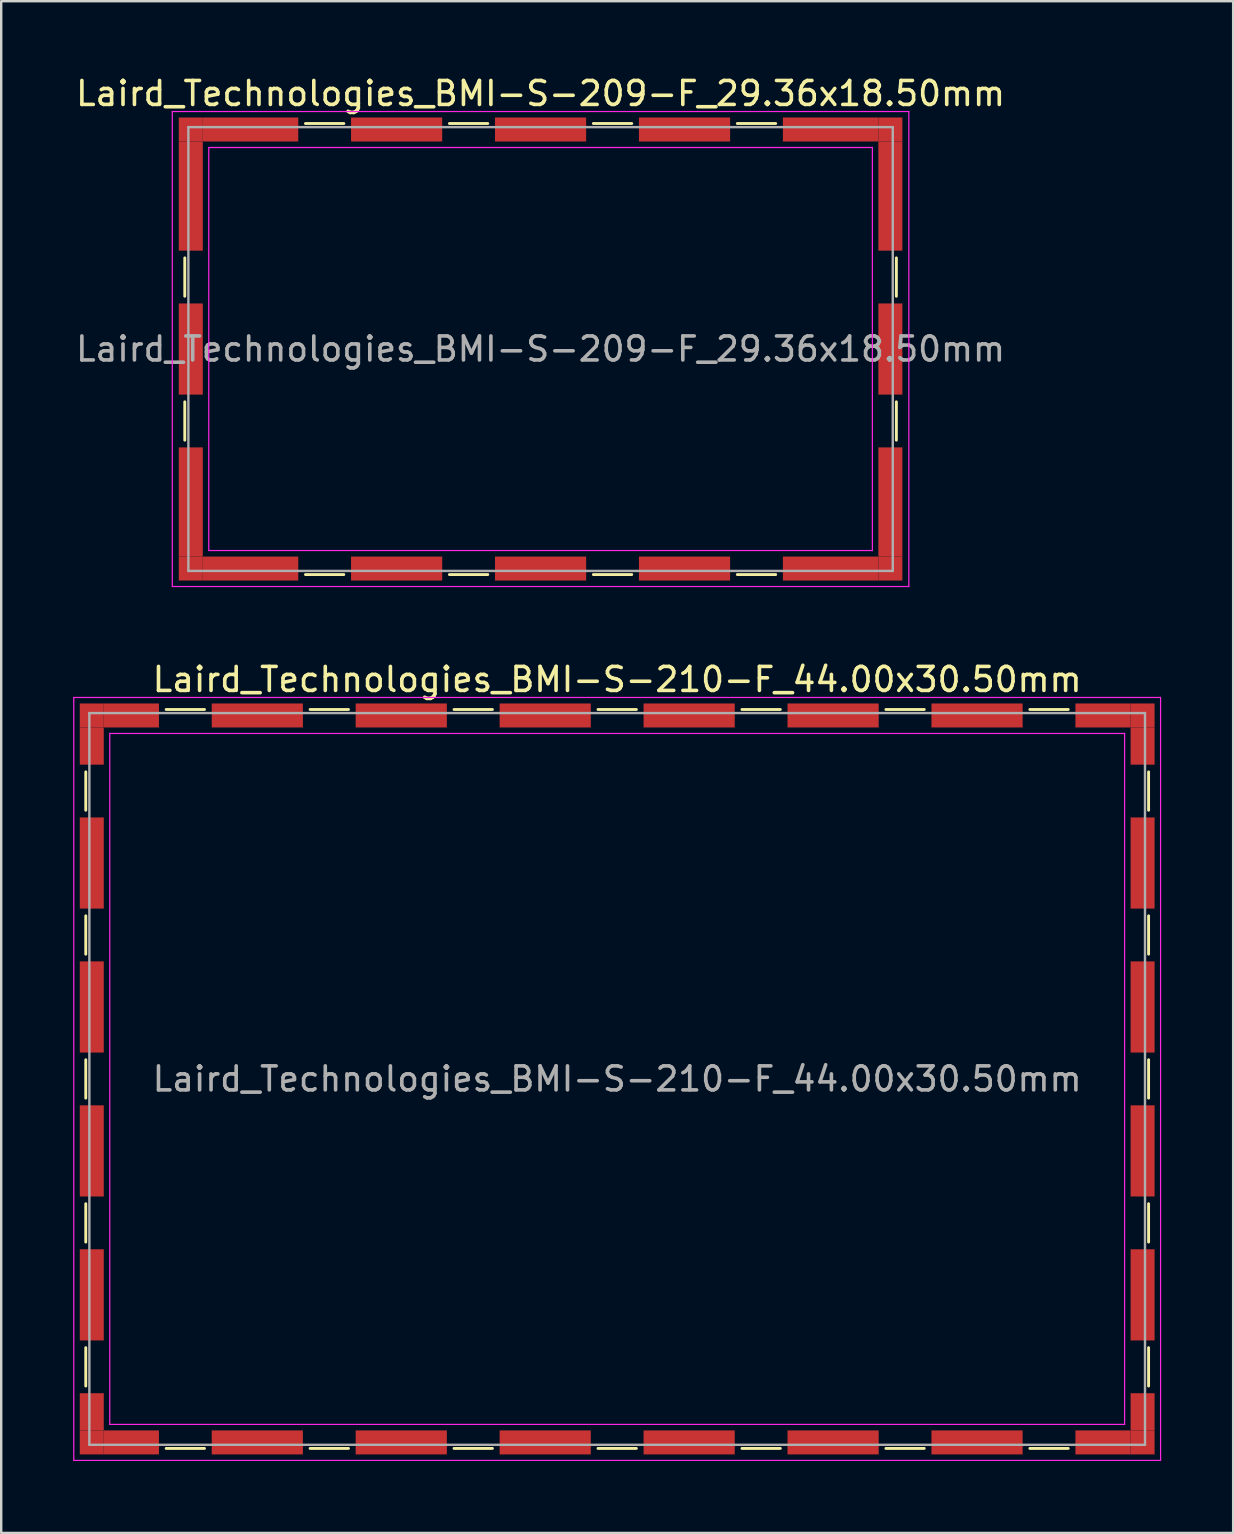
<source format=kicad_pcb>
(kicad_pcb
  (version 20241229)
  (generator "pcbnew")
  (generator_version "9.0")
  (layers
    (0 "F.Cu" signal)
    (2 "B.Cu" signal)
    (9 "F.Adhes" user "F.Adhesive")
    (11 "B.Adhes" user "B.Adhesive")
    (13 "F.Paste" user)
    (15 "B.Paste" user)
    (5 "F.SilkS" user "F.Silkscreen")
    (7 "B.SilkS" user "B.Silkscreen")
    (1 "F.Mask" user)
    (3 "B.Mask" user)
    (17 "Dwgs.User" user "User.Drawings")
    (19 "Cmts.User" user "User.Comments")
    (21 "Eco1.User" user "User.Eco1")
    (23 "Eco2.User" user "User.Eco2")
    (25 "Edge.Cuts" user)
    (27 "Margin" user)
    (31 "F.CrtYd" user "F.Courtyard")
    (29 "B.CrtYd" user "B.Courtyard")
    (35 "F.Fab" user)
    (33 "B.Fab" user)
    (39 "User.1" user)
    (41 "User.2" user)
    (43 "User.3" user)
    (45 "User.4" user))
  (footprint "Laird_Technologies_BMI-S-209-F_29.36x18.50mm"
    (layer "F.Cu")
    (at 19.482 11.498)
    (property "Reference" "Laird_Technologies_BMI-S-209-F_29.36x18.50mm" (at 0 -10.65 0) (layer "F.SilkS") (effects (font (size 1 1) (thickness 0.15))))
    (attr smd)
    (fp_line (start -14.83 -3.8) (end -14.83 -2.2) (stroke (width 0.12) (type solid)) (layer "F.SilkS"))
    (fp_line (start -14.83 2.2) (end -14.83 3.8) (stroke (width 0.12) (type solid)) (layer "F.SilkS"))
    (fp_line (start -9.8 -9.4) (end -8.2 -9.4) (stroke (width 0.12) (type solid)) (layer "F.SilkS"))
    (fp_line (start -9.8 9.4) (end -8.2 9.4) (stroke (width 0.12) (type solid)) (layer "F.SilkS"))
    (fp_line (start -3.8 -9.4) (end -2.2 -9.4) (stroke (width 0.12) (type solid)) (layer "F.SilkS"))
    (fp_line (start -3.8 9.4) (end -2.2 9.4) (stroke (width 0.12) (type solid)) (layer "F.SilkS"))
    (fp_line (start 2.2 -9.4) (end 3.8 -9.4) (stroke (width 0.12) (type solid)) (layer "F.SilkS"))
    (fp_line (start 2.2 9.4) (end 3.8 9.4) (stroke (width 0.12) (type solid)) (layer "F.SilkS"))
    (fp_line (start 8.2 -9.4) (end 9.8 -9.4) (stroke (width 0.12) (type solid)) (layer "F.SilkS"))
    (fp_line (start 8.2 9.4) (end 9.8 9.4) (stroke (width 0.12) (type solid)) (layer "F.SilkS"))
    (fp_line (start 14.83 -3.8) (end 14.83 -2.2) (stroke (width 0.12) (type solid)) (layer "F.SilkS"))
    (fp_line (start 14.83 2.2) (end 14.83 3.8) (stroke (width 0.12) (type solid)) (layer "F.SilkS"))
    (fp_line (start -15.35 -9.9) (end -15.35 9.9) (stroke (width 0.05) (type solid)) (layer "F.CrtYd"))
    (fp_line (start -15.35 9.9) (end 15.35 9.9) (stroke (width 0.05) (type solid)) (layer "F.CrtYd"))
    (fp_line (start -13.83 -8.4) (end -13.83 8.4) (stroke (width 0.05) (type solid)) (layer "F.CrtYd"))
    (fp_line (start 13.83 -8.4) (end -13.83 -8.4) (stroke (width 0.05) (type solid)) (layer "F.CrtYd"))
    (fp_line (start 13.83 -8.4) (end 13.83 8.4) (stroke (width 0.05) (type solid)) (layer "F.CrtYd"))
    (fp_line (start 13.83 8.4) (end -13.83 8.4) (stroke (width 0.05) (type solid)) (layer "F.CrtYd"))
    (fp_line (start 15.35 -9.9) (end -15.35 -9.9) (stroke (width 0.05) (type solid)) (layer "F.CrtYd"))
    (fp_line (start 15.35 9.9) (end 15.35 -9.9) (stroke (width 0.05) (type solid)) (layer "F.CrtYd"))
    (fp_line (start -14.68 -9.25) (end -14.68 9.25) (stroke (width 0.1) (type solid)) (layer "F.Fab"))
    (fp_line (start -14.68 9.25) (end 14.68 9.25) (stroke (width 0.1) (type solid)) (layer "F.Fab"))
    (fp_line (start 14.68 -9.25) (end -14.68 -9.25) (stroke (width 0.1) (type solid)) (layer "F.Fab"))
    (fp_line (start 14.68 9.25) (end 14.68 -9.25) (stroke (width 0.1) (type solid)) (layer "F.Fab"))
    (fp_text user "${REFERENCE}" (at 0 0 0) (layer "F.Fab") (effects (font (size 1 1) (thickness 0.15))))
    (pad "1" smd rect (at -14.58 -9.15) (size 1 1) (layers "F.Cu" "F.Mask" "F.Paste"))
    (pad "1" smd rect (at -14.58 -6.375) (size 1 4.55) (layers "F.Cu" "F.Mask" "F.Paste"))
    (pad "1" smd rect (at -14.58 0) (size 1 3.8) (layers "F.Cu" "F.Mask" "F.Paste"))
    (pad "1" smd rect (at -14.58 6.375) (size 1 4.55) (layers "F.Cu" "F.Mask" "F.Paste"))
    (pad "1" smd rect (at -14.58 9.15) (size 1 1) (layers "F.Cu" "F.Mask" "F.Paste"))
    (pad "1" smd rect (at -12.09 -9.15) (size 3.98 1) (layers "F.Cu" "F.Mask" "F.Paste"))
    (pad "1" smd rect (at -12.09 9.15) (size 3.98 1) (layers "F.Cu" "F.Mask" "F.Paste"))
    (pad "1" smd rect (at -6 -9.15) (size 3.8 1) (layers "F.Cu" "F.Mask" "F.Paste"))
    (pad "1" smd rect (at -6 9.15) (size 3.8 1) (layers "F.Cu" "F.Mask" "F.Paste"))
    (pad "1" smd rect (at 0 -9.15) (size 3.8 1) (layers "F.Cu" "F.Mask" "F.Paste"))
    (pad "1" smd rect (at 0 9.15) (size 3.8 1) (layers "F.Cu" "F.Mask" "F.Paste"))
    (pad "1" smd rect (at 6 -9.15) (size 3.8 1) (layers "F.Cu" "F.Mask" "F.Paste"))
    (pad "1" smd rect (at 6 9.15) (size 3.8 1) (layers "F.Cu" "F.Mask" "F.Paste"))
    (pad "1" smd rect (at 12.09 -9.15) (size 3.98 1) (layers "F.Cu" "F.Mask" "F.Paste"))
    (pad "1" smd rect (at 12.09 9.15) (size 3.98 1) (layers "F.Cu" "F.Mask" "F.Paste"))
    (pad "1" smd rect (at 14.58 -9.15) (size 1 1) (layers "F.Cu" "F.Mask" "F.Paste"))
    (pad "1" smd rect (at 14.58 -6.375) (size 1 4.55) (layers "F.Cu" "F.Mask" "F.Paste"))
    (pad "1" smd rect (at 14.58 0) (size 1 3.8) (layers "F.Cu" "F.Mask" "F.Paste"))
    (pad "1" smd rect (at 14.58 6.375) (size 1 4.55) (layers "F.Cu" "F.Mask" "F.Paste"))
    (pad "1" smd rect (at 14.58 9.15) (size 1 1) (layers "F.Cu" "F.Mask" "F.Paste")))
  (footprint "Laird_Technologies_BMI-S-210-F_44.00x30.50mm"
    (layer "F.Cu")
    (at 22.675 41.922)
    (property "Reference" "Laird_Technologies_BMI-S-210-F_44.00x30.50mm" (at 0 -16.65 0) (layer "F.SilkS") (effects (font (size 1 1) (thickness 0.15))))
    (attr smd)
    (fp_line (start -22.15 -12.8) (end -22.15 -11.2) (stroke (width 0.12) (type solid)) (layer "F.SilkS"))
    (fp_line (start -22.15 -6.8) (end -22.15 -5.2) (stroke (width 0.12) (type solid)) (layer "F.SilkS"))
    (fp_line (start -22.15 -0.8) (end -22.15 0.8) (stroke (width 0.12) (type solid)) (layer "F.SilkS"))
    (fp_line (start -22.15 5.2) (end -22.15 6.8) (stroke (width 0.12) (type solid)) (layer "F.SilkS"))
    (fp_line (start -22.15 11.2) (end -22.15 12.8) (stroke (width 0.12) (type solid)) (layer "F.SilkS"))
    (fp_line (start -18.8 -15.4) (end -17.2 -15.4) (stroke (width 0.12) (type solid)) (layer "F.SilkS"))
    (fp_line (start -18.8 15.4) (end -17.2 15.4) (stroke (width 0.12) (type solid)) (layer "F.SilkS"))
    (fp_line (start -12.8 -15.4) (end -11.2 -15.4) (stroke (width 0.12) (type solid)) (layer "F.SilkS"))
    (fp_line (start -12.8 15.4) (end -11.2 15.4) (stroke (width 0.12) (type solid)) (layer "F.SilkS"))
    (fp_line (start -6.8 -15.4) (end -5.2 -15.4) (stroke (width 0.12) (type solid)) (layer "F.SilkS"))
    (fp_line (start -6.8 15.4) (end -5.2 15.4) (stroke (width 0.12) (type solid)) (layer "F.SilkS"))
    (fp_line (start -0.8 -15.4) (end 0.8 -15.4) (stroke (width 0.12) (type solid)) (layer "F.SilkS"))
    (fp_line (start -0.8 15.4) (end 0.8 15.4) (stroke (width 0.12) (type solid)) (layer "F.SilkS"))
    (fp_line (start 5.2 -15.4) (end 6.8 -15.4) (stroke (width 0.12) (type solid)) (layer "F.SilkS"))
    (fp_line (start 5.2 15.4) (end 6.8 15.4) (stroke (width 0.12) (type solid)) (layer "F.SilkS"))
    (fp_line (start 11.2 -15.4) (end 12.8 -15.4) (stroke (width 0.12) (type solid)) (layer "F.SilkS"))
    (fp_line (start 11.2 15.4) (end 12.8 15.4) (stroke (width 0.12) (type solid)) (layer "F.SilkS"))
    (fp_line (start 17.2 -15.4) (end 18.8 -15.4) (stroke (width 0.12) (type solid)) (layer "F.SilkS"))
    (fp_line (start 17.2 15.4) (end 18.8 15.4) (stroke (width 0.12) (type solid)) (layer "F.SilkS"))
    (fp_line (start 22.15 -12.8) (end 22.15 -11.2) (stroke (width 0.12) (type solid)) (layer "F.SilkS"))
    (fp_line (start 22.15 -6.8) (end 22.15 -5.2) (stroke (width 0.12) (type solid)) (layer "F.SilkS"))
    (fp_line (start 22.15 -0.8) (end 22.15 0.8) (stroke (width 0.12) (type solid)) (layer "F.SilkS"))
    (fp_line (start 22.15 5.2) (end 22.15 6.8) (stroke (width 0.12) (type solid)) (layer "F.SilkS"))
    (fp_line (start 22.15 11.2) (end 22.15 12.8) (stroke (width 0.12) (type solid)) (layer "F.SilkS"))
    (fp_line (start -22.65 -15.9) (end -22.65 15.9) (stroke (width 0.05) (type solid)) (layer "F.CrtYd"))
    (fp_line (start -22.65 15.9) (end 22.65 15.9) (stroke (width 0.05) (type solid)) (layer "F.CrtYd"))
    (fp_line (start -21.15 -14.4) (end -21.15 14.4) (stroke (width 0.05) (type solid)) (layer "F.CrtYd"))
    (fp_line (start 21.15 -14.4) (end -21.15 -14.4) (stroke (width 0.05) (type solid)) (layer "F.CrtYd"))
    (fp_line (start 21.15 -14.4) (end 21.15 14.4) (stroke (width 0.05) (type solid)) (layer "F.CrtYd"))
    (fp_line (start 21.15 14.4) (end -21.15 14.4) (stroke (width 0.05) (type solid)) (layer "F.CrtYd"))
    (fp_line (start 22.65 -15.9) (end -22.65 -15.9) (stroke (width 0.05) (type solid)) (layer "F.CrtYd"))
    (fp_line (start 22.65 15.9) (end 22.65 -15.9) (stroke (width 0.05) (type solid)) (layer "F.CrtYd"))
    (fp_line (start -22 -15.25) (end -22 15.25) (stroke (width 0.1) (type solid)) (layer "F.Fab"))
    (fp_line (start -22 15.25) (end 22 15.25) (stroke (width 0.1) (type solid)) (layer "F.Fab"))
    (fp_line (start 22 -15.25) (end -22 -15.25) (stroke (width 0.1) (type solid)) (layer "F.Fab"))
    (fp_line (start 22 15.25) (end 22 -15.25) (stroke (width 0.1) (type solid)) (layer "F.Fab"))
    (fp_text user "${REFERENCE}" (at 0 0 0) (layer "F.Fab") (effects (font (size 1 1) (thickness 0.15))))
    (pad "1" smd rect (at -21.9 -15.15) (size 1 1) (layers "F.Cu" "F.Mask" "F.Paste"))
    (pad "1" smd rect (at -21.9 -13.875) (size 1 1.55) (layers "F.Cu" "F.Mask" "F.Paste"))
    (pad "1" smd rect (at -21.9 -9) (size 1 3.8) (layers "F.Cu" "F.Mask" "F.Paste"))
    (pad "1" smd rect (at -21.9 -3) (size 1 3.8) (layers "F.Cu" "F.Mask" "F.Paste"))
    (pad "1" smd rect (at -21.9 3) (size 1 3.8) (layers "F.Cu" "F.Mask" "F.Paste"))
    (pad "1" smd rect (at -21.9 9) (size 1 3.8) (layers "F.Cu" "F.Mask" "F.Paste"))
    (pad "1" smd rect (at -21.9 13.875) (size 1 1.55) (layers "F.Cu" "F.Mask" "F.Paste"))
    (pad "1" smd rect (at -21.9 15.15) (size 1 1) (layers "F.Cu" "F.Mask" "F.Paste"))
    (pad "1" smd rect (at -20.25 -15.15) (size 2.3 1) (layers "F.Cu" "F.Mask" "F.Paste"))
    (pad "1" smd rect (at -20.25 15.15) (size 2.3 1) (layers "F.Cu" "F.Mask" "F.Paste"))
    (pad "1" smd rect (at -15 -15.15) (size 3.8 1) (layers "F.Cu" "F.Mask" "F.Paste"))
    (pad "1" smd rect (at -15 15.15) (size 3.8 1) (layers "F.Cu" "F.Mask" "F.Paste"))
    (pad "1" smd rect (at -9 -15.15) (size 3.8 1) (layers "F.Cu" "F.Mask" "F.Paste"))
    (pad "1" smd rect (at -9 15.15) (size 3.8 1) (layers "F.Cu" "F.Mask" "F.Paste"))
    (pad "1" smd rect (at -3 -15.15) (size 3.8 1) (layers "F.Cu" "F.Mask" "F.Paste"))
    (pad "1" smd rect (at -3 15.15) (size 3.8 1) (layers "F.Cu" "F.Mask" "F.Paste"))
    (pad "1" smd rect (at 3 -15.15) (size 3.8 1) (layers "F.Cu" "F.Mask" "F.Paste"))
    (pad "1" smd rect (at 3 15.15) (size 3.8 1) (layers "F.Cu" "F.Mask" "F.Paste"))
    (pad "1" smd rect (at 9 -15.15) (size 3.8 1) (layers "F.Cu" "F.Mask" "F.Paste"))
    (pad "1" smd rect (at 9 15.15) (size 3.8 1) (layers "F.Cu" "F.Mask" "F.Paste"))
    (pad "1" smd rect (at 15 -15.15) (size 3.8 1) (layers "F.Cu" "F.Mask" "F.Paste"))
    (pad "1" smd rect (at 15 15.15) (size 3.8 1) (layers "F.Cu" "F.Mask" "F.Paste"))
    (pad "1" smd rect (at 20.25 -15.15) (size 2.3 1) (layers "F.Cu" "F.Mask" "F.Paste"))
    (pad "1" smd rect (at 20.25 15.15) (size 2.3 1) (layers "F.Cu" "F.Mask" "F.Paste"))
    (pad "1" smd rect (at 21.9 -15.15) (size 1 1) (layers "F.Cu" "F.Mask" "F.Paste"))
    (pad "1" smd rect (at 21.9 -13.875) (size 1 1.55) (layers "F.Cu" "F.Mask" "F.Paste"))
    (pad "1" smd rect (at 21.9 -9) (size 1 3.8) (layers "F.Cu" "F.Mask" "F.Paste"))
    (pad "1" smd rect (at 21.9 -3) (size 1 3.8) (layers "F.Cu" "F.Mask" "F.Paste"))
    (pad "1" smd rect (at 21.9 3) (size 1 3.8) (layers "F.Cu" "F.Mask" "F.Paste"))
    (pad "1" smd rect (at 21.9 9) (size 1 3.8) (layers "F.Cu" "F.Mask" "F.Paste"))
    (pad "1" smd rect (at 21.9 13.875) (size 1 1.55) (layers "F.Cu" "F.Mask" "F.Paste"))
    (pad "1" smd rect (at 21.9 15.15) (size 1 1) (layers "F.Cu" "F.Mask" "F.Paste")))
  (gr_rect
    (start -3 -3)
    (end 48.35 60.846)
    (stroke (width 0.1) (type default))
    (fill no)
    (layer "Edge.Cuts")))
</source>
